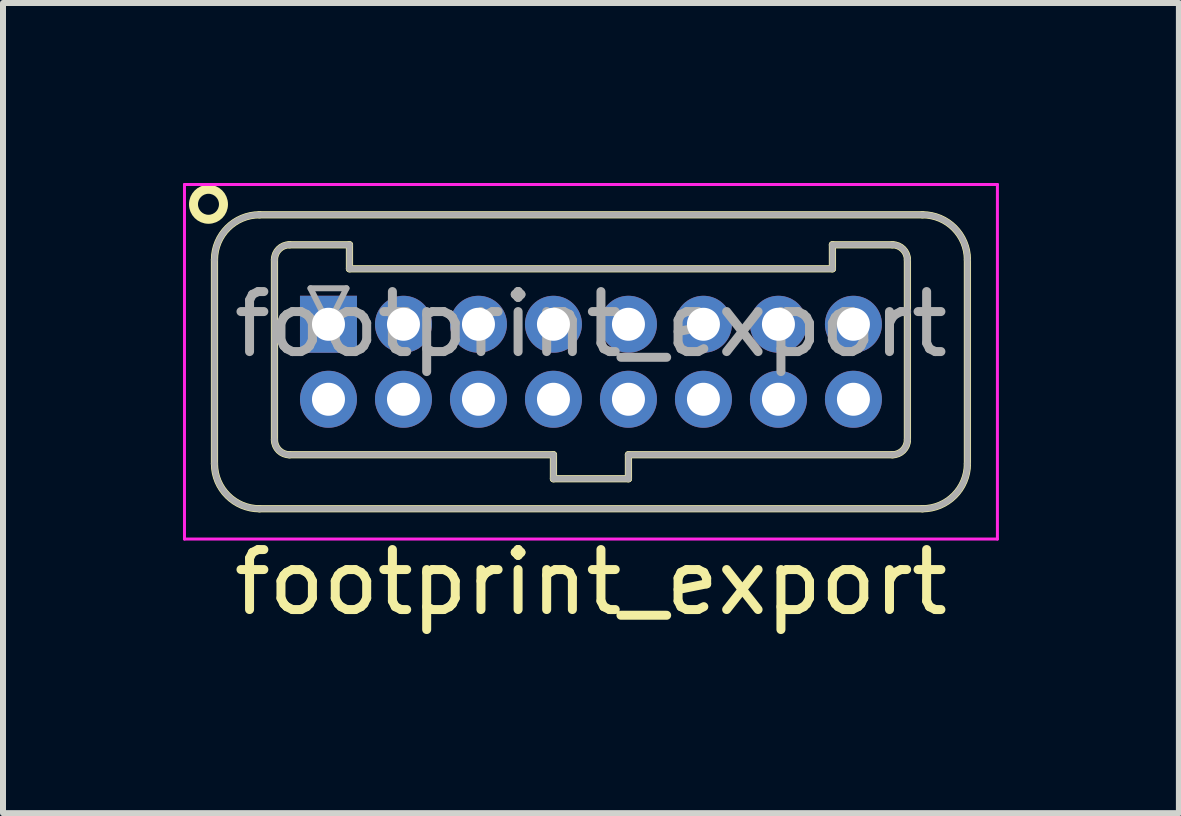
<source format=kicad_pcb>
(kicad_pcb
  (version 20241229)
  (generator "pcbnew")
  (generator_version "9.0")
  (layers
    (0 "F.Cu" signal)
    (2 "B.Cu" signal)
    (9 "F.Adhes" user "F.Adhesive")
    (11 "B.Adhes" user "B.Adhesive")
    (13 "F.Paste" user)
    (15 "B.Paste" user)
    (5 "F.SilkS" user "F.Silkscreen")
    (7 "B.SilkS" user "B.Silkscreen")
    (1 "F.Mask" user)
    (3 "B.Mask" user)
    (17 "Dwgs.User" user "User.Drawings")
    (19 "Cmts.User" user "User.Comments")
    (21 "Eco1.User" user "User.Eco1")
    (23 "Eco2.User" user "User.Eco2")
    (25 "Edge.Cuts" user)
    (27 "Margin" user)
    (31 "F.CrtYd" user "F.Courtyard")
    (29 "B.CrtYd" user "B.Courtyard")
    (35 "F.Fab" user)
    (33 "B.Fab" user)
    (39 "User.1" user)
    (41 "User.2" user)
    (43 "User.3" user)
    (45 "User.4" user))
  (footprint "footprint_export"
    (layer "F.Cu")
    (at 2.425 2.355)
    (property "Reference" "footprint_export" (at 4.375 4.3 0) (layer "F.SilkS") (effects (font (size 1 1) (thickness 0.15))))
    (attr through_hole)
    (fp_line (start -1.9 -1.075) (end -1.9 2.325) (stroke (width 0.12) (type solid)) (layer "F.SilkS"))
    (fp_line (start -1.15 -1.825) (end 9.9 -1.825) (stroke (width 0.12) (type solid)) (layer "F.SilkS"))
    (fp_line (start -1.15 3.075) (end 9.9 3.075) (stroke (width 0.12) (type solid)) (layer "F.SilkS"))
    (fp_line (start -0.9 -1.075) (end -0.9 1.925) (stroke (width 0.12) (type solid)) (layer "F.SilkS"))
    (fp_line (start -0.65 -1.325) (end 0.35 -1.325) (stroke (width 0.12) (type solid)) (layer "F.SilkS"))
    (fp_line (start -0.65 2.175) (end 3.75 2.175) (stroke (width 0.12) (type solid)) (layer "F.SilkS"))
    (fp_line (start 0.35 -1.325) (end 0.35 -0.925) (stroke (width 0.12) (type solid)) (layer "F.SilkS"))
    (fp_line (start 0.35 -0.925) (end 8.4 -0.925) (stroke (width 0.12) (type solid)) (layer "F.SilkS"))
    (fp_line (start 3.75 2.175) (end 3.75 2.575) (stroke (width 0.12) (type solid)) (layer "F.SilkS"))
    (fp_line (start 3.75 2.575) (end 5 2.575) (stroke (width 0.12) (type solid)) (layer "F.SilkS"))
    (fp_line (start 5 2.175) (end 9.4 2.175) (stroke (width 0.12) (type solid)) (layer "F.SilkS"))
    (fp_line (start 5 2.575) (end 5 2.175) (stroke (width 0.12) (type solid)) (layer "F.SilkS"))
    (fp_line (start 8.4 -1.325) (end 9.4 -1.325) (stroke (width 0.12) (type solid)) (layer "F.SilkS"))
    (fp_line (start 8.4 -0.925) (end 8.4 -1.325) (stroke (width 0.12) (type solid)) (layer "F.SilkS"))
    (fp_line (start 9.65 -1.075) (end 9.65 1.925) (stroke (width 0.12) (type solid)) (layer "F.SilkS"))
    (fp_line (start 10.65 -1.075) (end 10.65 2.325) (stroke (width 0.12) (type solid)) (layer "F.SilkS"))
    (fp_arc (start -1.9 -1.075) (mid -1.68033 -1.60533) (end -1.15 -1.825) (stroke (width 0.12) (type solid)) (layer "F.SilkS"))
    (fp_arc (start -1.15 3.075) (mid -1.68033 2.85533) (end -1.9 2.325) (stroke (width 0.12) (type solid)) (layer "F.SilkS"))
    (fp_arc (start -0.9 -1.075) (mid -0.826777 -1.251777) (end -0.65 -1.325) (stroke (width 0.12) (type solid)) (layer "F.SilkS"))
    (fp_arc (start -0.65 2.175) (mid -0.826777 2.101777) (end -0.9 1.925) (stroke (width 0.12) (type solid)) (layer "F.SilkS"))
    (fp_arc (start 9.4 -1.325) (mid 9.576777 -1.251777) (end 9.65 -1.075) (stroke (width 0.12) (type solid)) (layer "F.SilkS"))
    (fp_arc (start 9.65 1.925) (mid 9.576777 2.101777) (end 9.4 2.175) (stroke (width 0.12) (type solid)) (layer "F.SilkS"))
    (fp_arc (start 9.9 -1.825) (mid 10.43033 -1.60533) (end 10.65 -1.075) (stroke (width 0.12) (type solid)) (layer "F.SilkS"))
    (fp_arc (start 10.65 2.325) (mid 10.43033 2.85533) (end 9.9 3.075) (stroke (width 0.12) (type solid)) (layer "F.SilkS"))
    (fp_circle (center -2 -2) (end -1.75 -2) (stroke (width 0.15) (type solid)) (fill no) (layer "F.SilkS"))
    (fp_line (start -2.4 -2.33) (end -2.4 3.58) (stroke (width 0.05) (type solid)) (layer "F.CrtYd"))
    (fp_line (start -2.4 3.58) (end 11.15 3.58) (stroke (width 0.05) (type solid)) (layer "F.CrtYd"))
    (fp_line (start 11.15 -2.33) (end -2.4 -2.33) (stroke (width 0.05) (type solid)) (layer "F.CrtYd"))
    (fp_line (start 11.15 3.58) (end 11.15 -2.33) (stroke (width 0.05) (type solid)) (layer "F.CrtYd"))
    (fp_line (start -1.9 -1.075) (end -1.9 2.325) (stroke (width 0.1) (type solid)) (layer "F.Fab"))
    (fp_line (start -1.15 -1.825) (end 9.9 -1.825) (stroke (width 0.1) (type solid)) (layer "F.Fab"))
    (fp_line (start -1.15 3.075) (end 9.9 3.075) (stroke (width 0.1) (type solid)) (layer "F.Fab"))
    (fp_line (start -0.9 -1.075) (end -0.9 1.925) (stroke (width 0.1) (type solid)) (layer "F.Fab"))
    (fp_line (start -0.65 -1.325) (end 0.35 -1.325) (stroke (width 0.1) (type solid)) (layer "F.Fab"))
    (fp_line (start -0.65 2.175) (end 3.75 2.175) (stroke (width 0.1) (type solid)) (layer "F.Fab"))
    (fp_line (start -0.3 -0.6) (end 0.3 -0.6) (stroke (width 0.1) (type solid)) (layer "F.Fab"))
    (fp_line (start 0 0) (end -0.3 -0.6) (stroke (width 0.1) (type solid)) (layer "F.Fab"))
    (fp_line (start 0.3 -0.6) (end 0 0) (stroke (width 0.1) (type solid)) (layer "F.Fab"))
    (fp_line (start 0.35 -1.325) (end 0.35 -0.925) (stroke (width 0.1) (type solid)) (layer "F.Fab"))
    (fp_line (start 0.35 -0.925) (end 8.4 -0.925) (stroke (width 0.1) (type solid)) (layer "F.Fab"))
    (fp_line (start 3.75 2.175) (end 3.75 2.575) (stroke (width 0.1) (type solid)) (layer "F.Fab"))
    (fp_line (start 3.75 2.575) (end 5 2.575) (stroke (width 0.1) (type solid)) (layer "F.Fab"))
    (fp_line (start 5 2.175) (end 9.4 2.175) (stroke (width 0.1) (type solid)) (layer "F.Fab"))
    (fp_line (start 5 2.575) (end 5 2.175) (stroke (width 0.1) (type solid)) (layer "F.Fab"))
    (fp_line (start 8.4 -1.325) (end 9.4 -1.325) (stroke (width 0.1) (type solid)) (layer "F.Fab"))
    (fp_line (start 8.4 -0.925) (end 8.4 -1.325) (stroke (width 0.1) (type solid)) (layer "F.Fab"))
    (fp_line (start 9.65 -1.075) (end 9.65 1.925) (stroke (width 0.1) (type solid)) (layer "F.Fab"))
    (fp_line (start 10.65 -1.075) (end 10.65 2.325) (stroke (width 0.1) (type solid)) (layer "F.Fab"))
    (fp_arc (start -1.9 -1.075) (mid -1.68033 -1.60533) (end -1.15 -1.825) (stroke (width 0.1) (type solid)) (layer "F.Fab"))
    (fp_arc (start -1.15 3.075) (mid -1.68033 2.85533) (end -1.9 2.325) (stroke (width 0.1) (type solid)) (layer "F.Fab"))
    (fp_arc (start -0.9 -1.075) (mid -0.826777 -1.251777) (end -0.65 -1.325) (stroke (width 0.1) (type solid)) (layer "F.Fab"))
    (fp_arc (start -0.65 2.175) (mid -0.826777 2.101777) (end -0.9 1.925) (stroke (width 0.1) (type solid)) (layer "F.Fab"))
    (fp_arc (start 9.4 -1.325) (mid 9.576777 -1.251777) (end 9.65 -1.075) (stroke (width 0.1) (type solid)) (layer "F.Fab"))
    (fp_arc (start 9.65 1.925) (mid 9.576777 2.101777) (end 9.4 2.175) (stroke (width 0.1) (type solid)) (layer "F.Fab"))
    (fp_arc (start 9.9 -1.825) (mid 10.43033 -1.60533) (end 10.65 -1.075) (stroke (width 0.1) (type solid)) (layer "F.Fab"))
    (fp_arc (start 10.65 2.325) (mid 10.43033 2.85533) (end 9.9 3.075) (stroke (width 0.1) (type solid)) (layer "F.Fab"))
    (fp_text user "${REFERENCE}" (at 4.375 0 0) (layer "F.Fab") (effects (font (size 1 1) (thickness 0.15))))
    (pad "1" thru_hole rect (at 0 0) (size 0.95 0.95) (drill 0.55) (layers "*.Cu" "*.Mask"))
    (pad "2" thru_hole circle (at 0 1.25) (size 0.95 0.95) (drill 0.55) (layers "*.Cu" "*.Mask"))
    (pad "3" thru_hole circle (at 1.25 0) (size 0.95 0.95) (drill 0.55) (layers "*.Cu" "*.Mask"))
    (pad "4" thru_hole circle (at 1.25 1.25) (size 0.95 0.95) (drill 0.55) (layers "*.Cu" "*.Mask"))
    (pad "5" thru_hole circle (at 2.5 0) (size 0.95 0.95) (drill 0.55) (layers "*.Cu" "*.Mask"))
    (pad "6" thru_hole circle (at 2.5 1.25) (size 0.95 0.95) (drill 0.55) (layers "*.Cu" "*.Mask"))
    (pad "7" thru_hole circle (at 3.75 0) (size 0.95 0.95) (drill 0.55) (layers "*.Cu" "*.Mask"))
    (pad "8" thru_hole circle (at 3.75 1.25) (size 0.95 0.95) (drill 0.55) (layers "*.Cu" "*.Mask"))
    (pad "9" thru_hole circle (at 5 0) (size 0.95 0.95) (drill 0.55) (layers "*.Cu" "*.Mask"))
    (pad "10" thru_hole circle (at 5 1.25) (size 0.95 0.95) (drill 0.55) (layers "*.Cu" "*.Mask"))
    (pad "11" thru_hole circle (at 6.25 0) (size 0.95 0.95) (drill 0.55) (layers "*.Cu" "*.Mask"))
    (pad "12" thru_hole circle (at 6.25 1.25) (size 0.95 0.95) (drill 0.55) (layers "*.Cu" "*.Mask"))
    (pad "13" thru_hole circle (at 7.5 0) (size 0.95 0.95) (drill 0.55) (layers "*.Cu" "*.Mask"))
    (pad "14" thru_hole circle (at 7.5 1.25) (size 0.95 0.95) (drill 0.55) (layers "*.Cu" "*.Mask"))
    (pad "15" thru_hole circle (at 8.75 0) (size 0.95 0.95) (drill 0.55) (layers "*.Cu" "*.Mask"))
    (pad "16" thru_hole circle (at 8.75 1.25) (size 0.95 0.95) (drill 0.55) (layers "*.Cu" "*.Mask")))
  (gr_rect
    (start -3 -3)
    (end 16.6 10.503)
    (stroke (width 0.1) (type default))
    (fill no)
    (layer "Edge.Cuts")))
</source>
